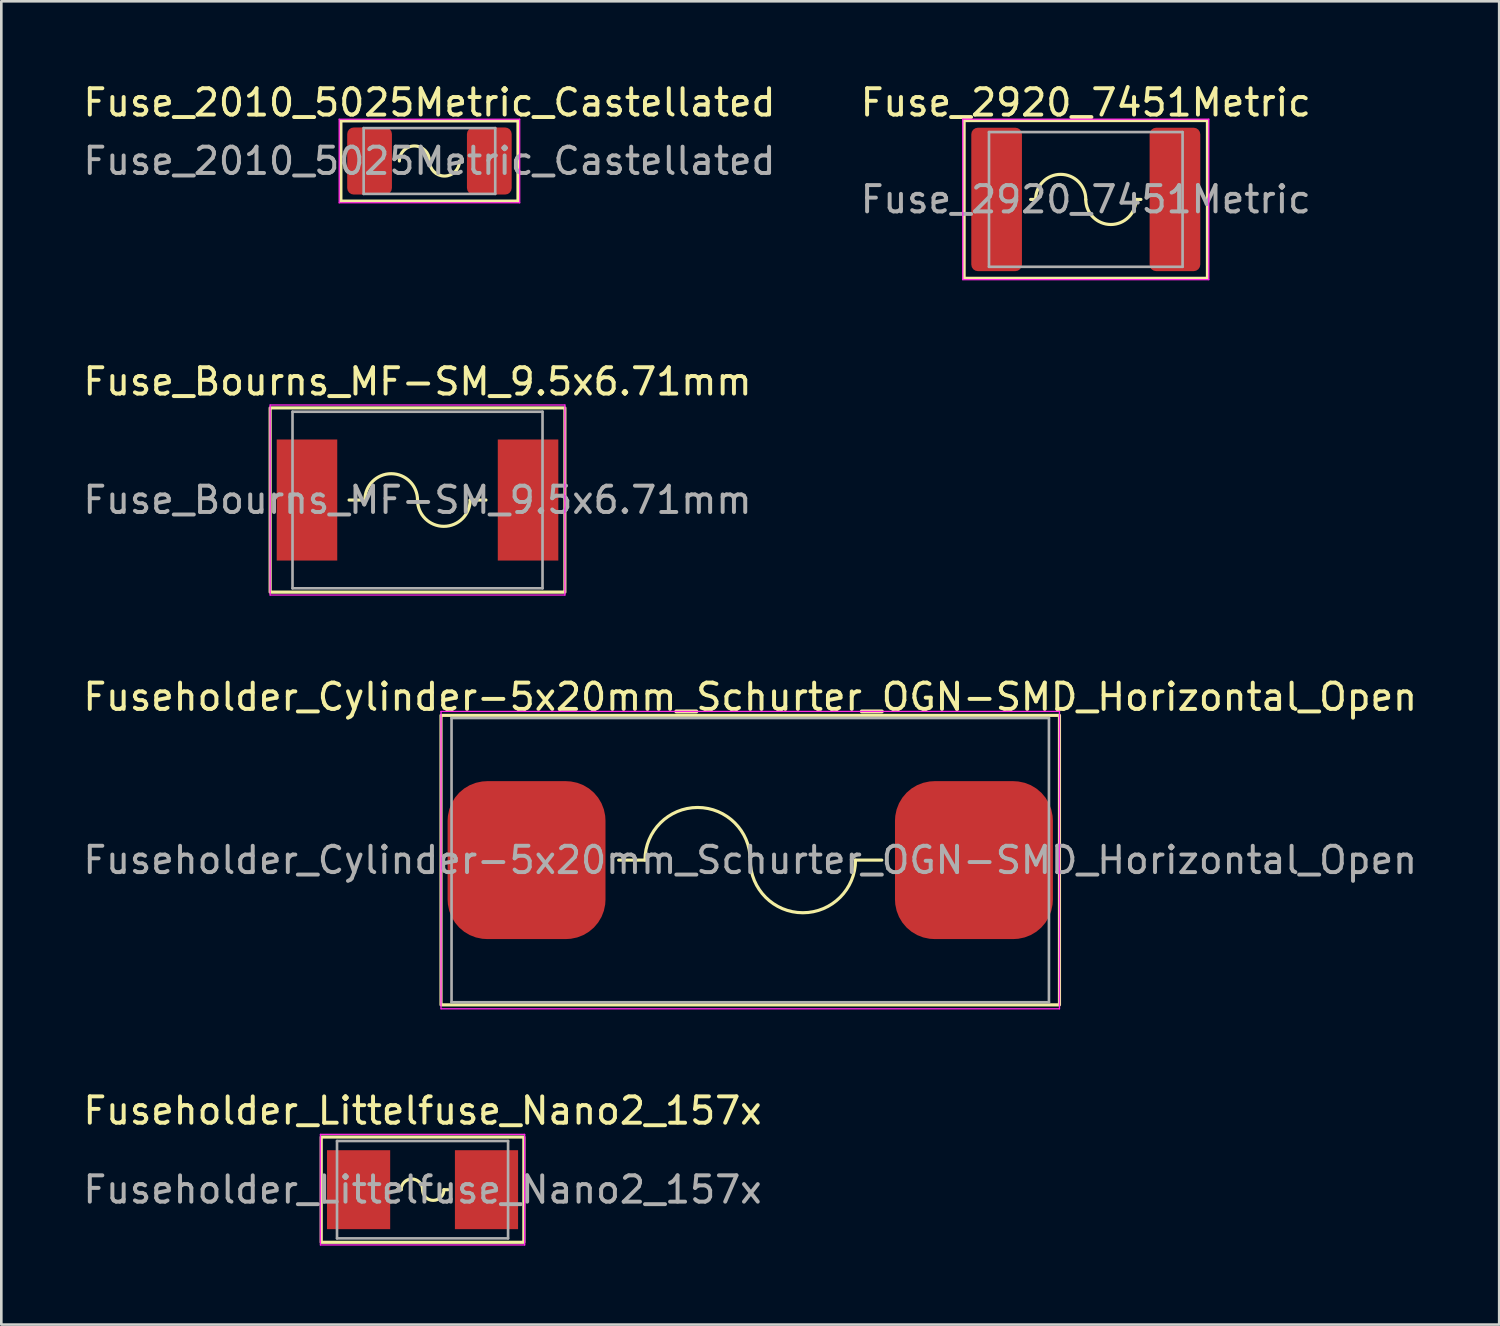
<source format=kicad_pcb>
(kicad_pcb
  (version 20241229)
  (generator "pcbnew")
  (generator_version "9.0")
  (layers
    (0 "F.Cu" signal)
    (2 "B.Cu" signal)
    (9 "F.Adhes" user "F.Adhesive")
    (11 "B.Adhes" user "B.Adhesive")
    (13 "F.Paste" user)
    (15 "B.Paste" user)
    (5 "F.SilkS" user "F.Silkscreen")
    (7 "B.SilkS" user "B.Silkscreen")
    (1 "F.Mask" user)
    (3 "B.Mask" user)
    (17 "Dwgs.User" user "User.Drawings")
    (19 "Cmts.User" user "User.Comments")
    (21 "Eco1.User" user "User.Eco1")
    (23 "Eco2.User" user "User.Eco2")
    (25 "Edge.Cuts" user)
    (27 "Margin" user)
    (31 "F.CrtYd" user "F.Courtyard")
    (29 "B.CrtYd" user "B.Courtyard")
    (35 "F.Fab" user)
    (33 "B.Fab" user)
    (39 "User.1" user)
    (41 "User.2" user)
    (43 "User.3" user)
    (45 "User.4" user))
  (footprint "Fuse_2010_5025Metric_Castellated"
    (layer "F.Cu")
    (at 13.268 3.068)
    (property "Reference" "Fuse_2010_5025Metric_Castellated" (at 0 -2.22 0) (layer "F.SilkS") (effects (font (size 1 1) (thickness 0.15))))
    (attr smd)
    (fp_line (start -3.365 -1.524) (end 3.365 -1.524) (stroke (width 0.12) (type solid)) (layer "F.SilkS"))
    (fp_line (start -3.365 1.524) (end -3.365 -1.524) (stroke (width 0.12) (type solid)) (layer "F.SilkS"))
    (fp_line (start 3.365 -1.524) (end 3.365 1.524) (stroke (width 0.12) (type solid)) (layer "F.SilkS"))
    (fp_line (start 3.365 1.524) (end -3.365 1.524) (stroke (width 0.12) (type solid)) (layer "F.SilkS"))
    (fp_arc (start -1.143 0) (mid -0.5715 -0.5715) (end 0 0) (stroke (width 0.12) (type solid)) (layer "F.SilkS"))
    (fp_arc (start 1.143 0) (mid 0.5715 0.5715) (end 0 0) (stroke (width 0.12) (type solid)) (layer "F.SilkS"))
    (fp_line (start -3.429 -1.587) (end 3.429 -1.587) (stroke (width 0.05) (type solid)) (layer "F.CrtYd"))
    (fp_line (start -3.429 1.587) (end -3.429 -1.587) (stroke (width 0.05) (type solid)) (layer "F.CrtYd"))
    (fp_line (start 3.429 -1.587) (end 3.429 1.587) (stroke (width 0.05) (type solid)) (layer "F.CrtYd"))
    (fp_line (start 3.429 1.587) (end -3.429 1.587) (stroke (width 0.05) (type solid)) (layer "F.CrtYd"))
    (fp_line (start -2.5 -1.25) (end 2.5 -1.25) (stroke (width 0.1) (type solid)) (layer "F.Fab"))
    (fp_line (start -2.5 1.25) (end -2.5 -1.25) (stroke (width 0.1) (type solid)) (layer "F.Fab"))
    (fp_line (start 2.5 -1.25) (end 2.5 1.25) (stroke (width 0.1) (type solid)) (layer "F.Fab"))
    (fp_line (start 2.5 1.25) (end -2.5 1.25) (stroke (width 0.1) (type solid)) (layer "F.Fab"))
    (fp_text user "${REFERENCE}" (at 0 0 0) (layer "F.Fab") (effects (font (size 1 1) (thickness 0.15))))
    (pad "1" smd roundrect (at -2.275 0) (size 1.7 2.55) (layers "F.Cu" "F.Mask" "F.Paste") (roundrect_rratio 0.147))
    (pad "2" smd roundrect (at 2.275 0) (size 1.7 2.55) (layers "F.Cu" "F.Mask" "F.Paste") (roundrect_rratio 0.147)))
  (footprint "Fuse_2920_7451Metric"
    (layer "F.Cu")
    (at 38.208 4.528)
    (property "Reference" "Fuse_2920_7451Metric" (at 0 -3.68 0) (layer "F.SilkS") (effects (font (size 1 1) (thickness 0.15))))
    (attr smd)
    (fp_line (start -4.623 -2.997) (end 4.623 -2.997) (stroke (width 0.12) (type solid)) (layer "F.SilkS"))
    (fp_line (start -4.623 2.997) (end -4.623 -2.997) (stroke (width 0.12) (type solid)) (layer "F.SilkS"))
    (fp_line (start -1.905 0) (end -2.095 0) (stroke (width 0.12) (type solid)) (layer "F.SilkS"))
    (fp_line (start 2.095 0) (end 1.905 0) (stroke (width 0.12) (type solid)) (layer "F.SilkS"))
    (fp_line (start 4.623 -2.997) (end 4.623 2.997) (stroke (width 0.12) (type solid)) (layer "F.SilkS"))
    (fp_line (start 4.623 2.997) (end -4.623 2.997) (stroke (width 0.12) (type solid)) (layer "F.SilkS"))
    (fp_arc (start -1.905 0) (mid -0.9525 -0.9525) (end 0 0) (stroke (width 0.12) (type solid)) (layer "F.SilkS"))
    (fp_arc (start 1.905 0) (mid 0.9525 0.9525) (end 0 0) (stroke (width 0.12) (type solid)) (layer "F.SilkS"))
    (fp_line (start -4.674 -3.048) (end 4.674 -3.048) (stroke (width 0.05) (type solid)) (layer "F.CrtYd"))
    (fp_line (start -4.674 3.048) (end -4.674 -3.048) (stroke (width 0.05) (type solid)) (layer "F.CrtYd"))
    (fp_line (start 4.674 -3.048) (end 4.674 3.048) (stroke (width 0.05) (type solid)) (layer "F.CrtYd"))
    (fp_line (start 4.674 3.048) (end -4.674 3.048) (stroke (width 0.05) (type solid)) (layer "F.CrtYd"))
    (fp_line (start -3.678 -2.56) (end 3.678 -2.56) (stroke (width 0.1) (type solid)) (layer "F.Fab"))
    (fp_line (start -3.678 2.56) (end -3.678 -2.56) (stroke (width 0.1) (type solid)) (layer "F.Fab"))
    (fp_line (start 3.678 -2.56) (end 3.678 2.56) (stroke (width 0.1) (type solid)) (layer "F.Fab"))
    (fp_line (start 3.678 2.56) (end -3.678 2.56) (stroke (width 0.1) (type solid)) (layer "F.Fab"))
    (fp_text user "${REFERENCE}" (at 0 0 0) (layer "F.Fab") (effects (font (size 1 1) (thickness 0.15))))
    (pad "1" smd roundrect (at -3.388 0) (size 1.925 5.45) (layers "F.Cu" "F.Mask" "F.Paste") (roundrect_rratio 0.13))
    (pad "2" smd roundrect (at 3.388 0) (size 1.925 5.45) (layers "F.Cu" "F.Mask" "F.Paste") (roundrect_rratio 0.13)))
  (footprint "Fuse_Bourns_MF-SM_9.5x6.71mm"
    (layer "F.Cu")
    (at 12.815 15.95)
    (property "Reference" "Fuse_Bourns_MF-SM_9.5x6.71mm" (at 0 -4.5 0) (layer "F.SilkS") (effects (font (size 1 1) (thickness 0.15))))
    (attr smd)
    (fp_line (start -2.6 0) (end -2 0) (stroke (width 0.12) (type solid)) (layer "F.SilkS"))
    (fp_line (start 2.6 0) (end 2 0) (stroke (width 0.12) (type solid)) (layer "F.SilkS"))
    (fp_rect (start -5.6 -3.5) (end 5.6 3.5) (stroke (width 0.12) (type solid)) (fill no) (layer "F.SilkS"))
    (fp_arc (start -2 0) (mid -1 -1) (end 0 0) (stroke (width 0.12) (type solid)) (layer "F.SilkS"))
    (fp_arc (start 2 0) (mid 1 1) (end 0 0) (stroke (width 0.12) (type solid)) (layer "F.SilkS"))
    (fp_line (start -5.6 -3.61) (end 5.6 -3.61) (stroke (width 0.05) (type solid)) (layer "F.CrtYd"))
    (fp_line (start -5.6 3.61) (end -5.6 -3.61) (stroke (width 0.05) (type solid)) (layer "F.CrtYd"))
    (fp_line (start 5.6 -3.61) (end 5.6 3.61) (stroke (width 0.05) (type solid)) (layer "F.CrtYd"))
    (fp_line (start 5.6 3.61) (end -5.6 3.61) (stroke (width 0.05) (type solid)) (layer "F.CrtYd"))
    (fp_line (start -4.75 -3.355) (end 4.75 -3.355) (stroke (width 0.1) (type solid)) (layer "F.Fab"))
    (fp_line (start -4.75 3.355) (end -4.75 -3.355) (stroke (width 0.1) (type solid)) (layer "F.Fab"))
    (fp_line (start 4.75 -3.355) (end 4.75 3.355) (stroke (width 0.1) (type solid)) (layer "F.Fab"))
    (fp_line (start 4.75 3.355) (end -4.75 3.355) (stroke (width 0.1) (type solid)) (layer "F.Fab"))
    (fp_text user "${REFERENCE}" (at 0 0 0) (layer "F.Fab") (effects (font (size 1 1) (thickness 0.15))))
    (pad "1" smd rect (at -4.2 0) (size 2.3 4.6) (layers "F.Cu" "F.Mask" "F.Paste"))
    (pad "2" smd rect (at 4.2 0) (size 2.3 4.6) (layers "F.Cu" "F.Mask" "F.Paste")))
  (footprint "Fuseholder_Cylinder-5x20mm_Schurter_OGN-SMD_Horizontal_Open"
    (layer "F.Cu")
    (at 25.458 29.633)
    (property "Reference" "Fuseholder_Cylinder-5x20mm_Schurter_OGN-SMD_Horizontal_Open" (at 0 -6.2 0) (layer "F.SilkS") (effects (font (size 1 1) (thickness 0.15))))
    (attr smd)
    (fp_line (start -5 0) (end -4 0) (stroke (width 0.12) (type solid)) (layer "F.SilkS"))
    (fp_line (start 5 0) (end 4 0) (stroke (width 0.12) (type solid)) (layer "F.SilkS"))
    (fp_rect (start -11.75 -5.5) (end 11.75 5.5) (stroke (width 0.12) (type solid)) (fill no) (layer "F.SilkS"))
    (fp_arc (start -4 0) (mid -2 -2) (end 0 0) (stroke (width 0.12) (type solid)) (layer "F.SilkS"))
    (fp_arc (start 4 0) (mid 2 2) (end 0 0) (stroke (width 0.12) (type solid)) (layer "F.SilkS"))
    (fp_line (start -11.75 -5.65) (end 11.75 -5.65) (stroke (width 0.05) (type solid)) (layer "F.CrtYd"))
    (fp_line (start -11.75 5.65) (end -11.75 -5.65) (stroke (width 0.05) (type solid)) (layer "F.CrtYd"))
    (fp_line (start 11.75 5.65) (end -11.75 5.65) (stroke (width 0.05) (type solid)) (layer "F.CrtYd"))
    (fp_line (start 11.75 5.65) (end 11.75 -5.65) (stroke (width 0.05) (type solid)) (layer "F.CrtYd"))
    (fp_line (start -11.35 -5.4) (end -11.35 5.4) (stroke (width 0.1) (type solid)) (layer "F.Fab"))
    (fp_line (start -11.35 -5.4) (end 11.35 -5.4) (stroke (width 0.1) (type solid)) (layer "F.Fab"))
    (fp_line (start 11.35 -5.4) (end 11.35 5.4) (stroke (width 0.1) (type solid)) (layer "F.Fab"))
    (fp_line (start 11.35 5.4) (end -11.35 5.4) (stroke (width 0.1) (type solid)) (layer "F.Fab"))
    (fp_text user "${REFERENCE}" (at 0 0 0) (layer "F.Fab") (effects (font (size 1 1) (thickness 0.15))))
    (pad "1" smd roundrect (at -8.5 0) (size 6 6) (layers "F.Cu" "F.Mask" "F.Paste") (roundrect_rratio 0.25))
    (pad "2" smd roundrect (at 8.5 0) (size 6 6) (layers "F.Cu" "F.Mask" "F.Paste") (roundrect_rratio 0.25)))
  (footprint "Fuseholder_Littelfuse_Nano2_157x"
    (layer "F.Cu")
    (at 13.006 42.156)
    (property "Reference" "Fuseholder_Littelfuse_Nano2_157x" (at 0 -3 0) (layer "F.SilkS") (effects (font (size 1 1) (thickness 0.15))))
    (attr smd)
    (fp_line (start -0.813 0) (end -0.965 0) (stroke (width 0.12) (type solid)) (layer "F.SilkS"))
    (fp_line (start 0.813 0) (end 0.965 0) (stroke (width 0.12) (type solid)) (layer "F.SilkS"))
    (fp_rect (start -3.85 -2) (end 3.85 2) (stroke (width 0.12) (type solid)) (fill no) (layer "F.SilkS"))
    (fp_arc (start -0.8128 0) (mid -0.4064 -0.4064) (end 0 0) (stroke (width 0.12) (type solid)) (layer "F.SilkS"))
    (fp_arc (start 0.8128 0) (mid 0.4064 0.4064) (end 0 0) (stroke (width 0.12) (type solid)) (layer "F.SilkS"))
    (fp_line (start -3.88 -2.1) (end -3.88 2.1) (stroke (width 0.05) (type solid)) (layer "F.CrtYd"))
    (fp_line (start -3.88 -2.1) (end 3.88 -2.1) (stroke (width 0.05) (type solid)) (layer "F.CrtYd"))
    (fp_line (start -3.88 2.1) (end 3.88 2.1) (stroke (width 0.05) (type solid)) (layer "F.CrtYd"))
    (fp_line (start 3.88 -2.1) (end 3.88 2.1) (stroke (width 0.05) (type solid)) (layer "F.CrtYd"))
    (fp_line (start -3.25 -1.85) (end -3.25 1.85) (stroke (width 0.1) (type solid)) (layer "F.Fab"))
    (fp_line (start -3.25 -1.85) (end 3.25 -1.85) (stroke (width 0.1) (type solid)) (layer "F.Fab"))
    (fp_line (start -3.25 1.85) (end 3.25 1.85) (stroke (width 0.1) (type solid)) (layer "F.Fab"))
    (fp_line (start 3.25 -1.85) (end 3.25 1.85) (stroke (width 0.1) (type solid)) (layer "F.Fab"))
    (fp_text user "${REFERENCE}" (at 0 0 0) (layer "F.Fab") (effects (font (size 1 1) (thickness 0.15))))
    (pad "1" smd rect (at -2.43 0) (size 2.4 3) (layers "F.Cu" "F.Mask" "F.Paste"))
    (pad "2" smd rect (at 2.43 0) (size 2.4 3) (layers "F.Cu" "F.Mask" "F.Paste")))
  (gr_rect
    (start -3 -3)
    (end 53.917 47.281)
    (stroke (width 0.1) (type default))
    (fill no)
    (layer "Edge.Cuts")))
</source>
